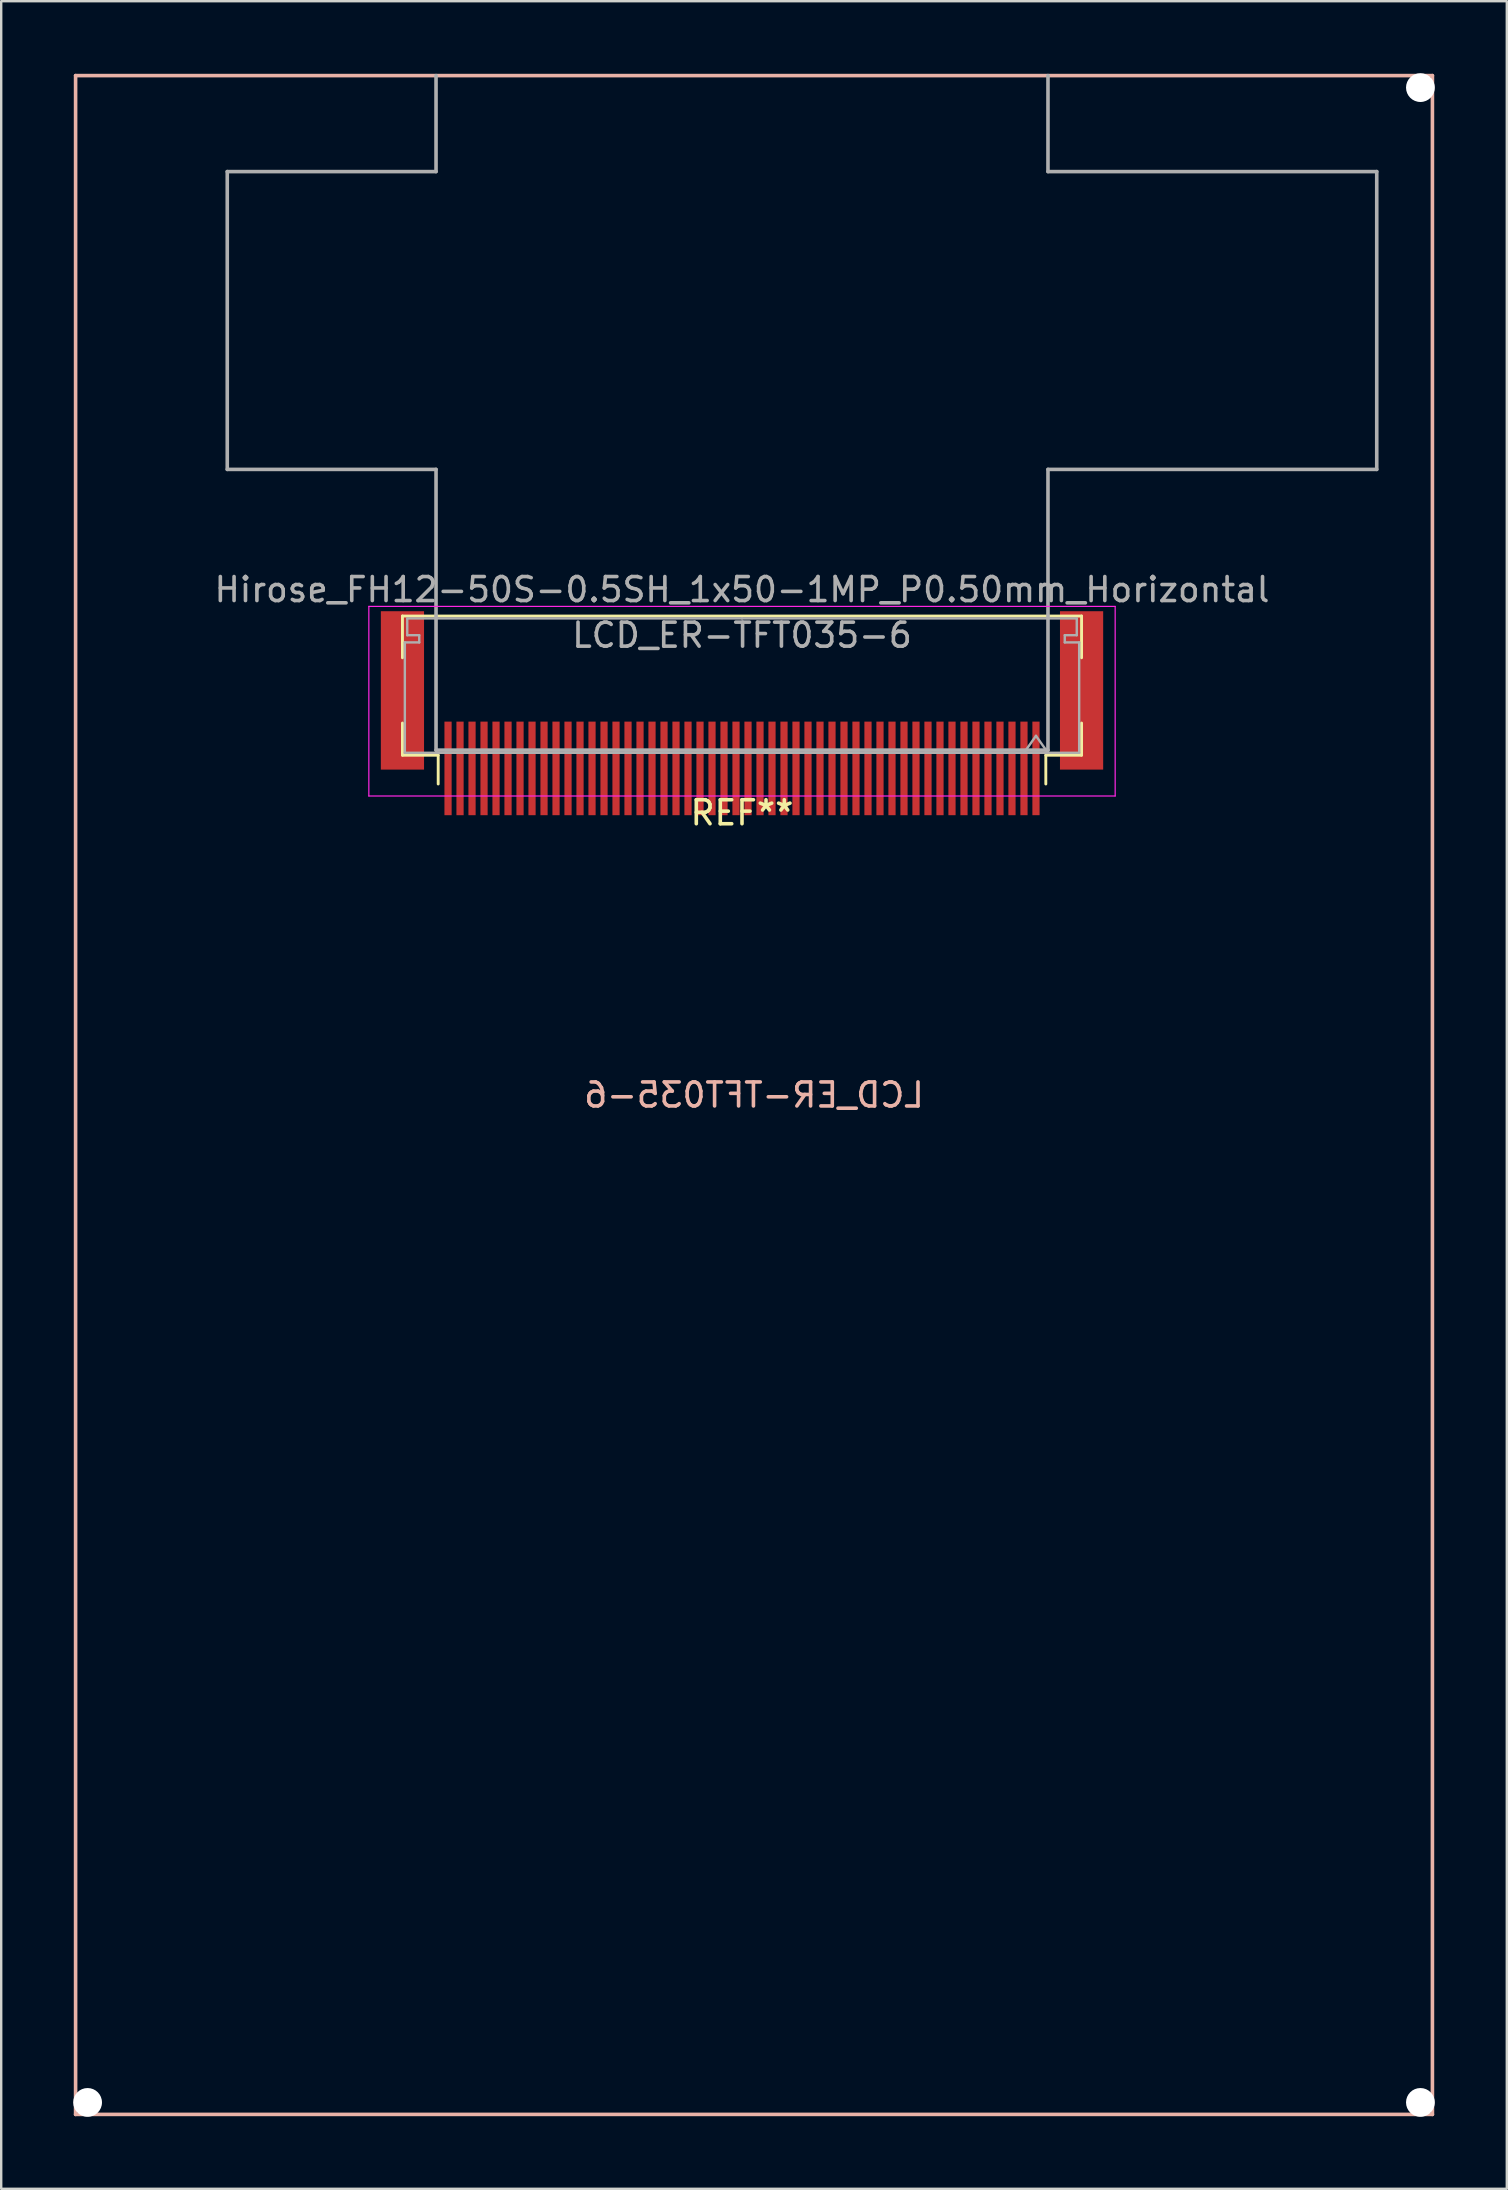
<source format=kicad_pcb>
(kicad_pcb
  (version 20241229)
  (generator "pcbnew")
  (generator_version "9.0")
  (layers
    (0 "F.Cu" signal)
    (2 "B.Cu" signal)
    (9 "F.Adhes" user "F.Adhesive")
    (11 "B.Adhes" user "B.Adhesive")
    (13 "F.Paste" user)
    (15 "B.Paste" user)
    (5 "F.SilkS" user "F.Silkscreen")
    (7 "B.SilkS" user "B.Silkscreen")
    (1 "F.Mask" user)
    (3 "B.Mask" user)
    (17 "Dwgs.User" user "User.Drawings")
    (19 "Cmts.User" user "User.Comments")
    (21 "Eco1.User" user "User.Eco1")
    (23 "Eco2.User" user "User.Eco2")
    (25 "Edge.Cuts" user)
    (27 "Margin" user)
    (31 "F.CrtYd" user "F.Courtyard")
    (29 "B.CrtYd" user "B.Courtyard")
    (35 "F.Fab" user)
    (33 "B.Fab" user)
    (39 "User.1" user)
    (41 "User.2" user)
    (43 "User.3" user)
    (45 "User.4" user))
  (footprint "LCD_ER-TFT035-6"
    (layer "F.Cu")
    (at 28.37 42.58)
    (property "Reference" "LCD_ER-TFT035-6" (at 0 0 0) (layer "B.SilkS") (effects (font (size 1 1) (thickness 0.15)) (justify mirror)))
    (attr smd)
    (fp_line (start -14.65 -19.96) (end -14.65 -18.22) (stroke (width 0.12) (type solid)) (layer "F.SilkS"))
    (fp_line (start -14.65 -14.16) (end -14.65 -15.5) (stroke (width 0.12) (type solid)) (layer "F.SilkS"))
    (fp_line (start -13.16 -14.16) (end -14.65 -14.16) (stroke (width 0.12) (type solid)) (layer "F.SilkS"))
    (fp_line (start -13.16 -14.16) (end -13.16 -12.96) (stroke (width 0.12) (type solid)) (layer "F.SilkS"))
    (fp_line (start 12.16 -14.16) (end 12.16 -12.96) (stroke (width 0.12) (type solid)) (layer "F.SilkS"))
    (fp_line (start 12.16 -14.16) (end 13.65 -14.16) (stroke (width 0.12) (type solid)) (layer "F.SilkS"))
    (fp_line (start 13.65 -19.96) (end -14.65 -19.96) (stroke (width 0.12) (type solid)) (layer "F.SilkS"))
    (fp_line (start 13.65 -18.22) (end 13.65 -19.96) (stroke (width 0.12) (type solid)) (layer "F.SilkS"))
    (fp_line (start 13.65 -14.16) (end 13.65 -15.5) (stroke (width 0.12) (type solid)) (layer "F.SilkS"))
    (fp_line (start -28.27 -42.48) (end -28.27 42.48) (stroke (width 0.15) (type solid)) (layer "B.SilkS"))
    (fp_line (start -28.27 -42.48) (end 28.27 -42.48) (stroke (width 0.15) (type solid)) (layer "B.SilkS"))
    (fp_line (start -28.27 42.48) (end 28.27 42.48) (stroke (width 0.15) (type solid)) (layer "B.SilkS"))
    (fp_line (start 28.27 -42.48) (end 28.27 42.48) (stroke (width 0.15) (type solid)) (layer "B.SilkS"))
    (fp_line (start -16.05 -20.36) (end -16.05 -12.46) (stroke (width 0.05) (type solid)) (layer "F.CrtYd"))
    (fp_line (start -16.05 -12.46) (end 15.05 -12.46) (stroke (width 0.05) (type solid)) (layer "F.CrtYd"))
    (fp_line (start 15.05 -20.36) (end -16.05 -20.36) (stroke (width 0.05) (type solid)) (layer "F.CrtYd"))
    (fp_line (start 15.05 -12.46) (end 15.05 -20.36) (stroke (width 0.05) (type solid)) (layer "F.CrtYd"))
    (fp_line (start -21.95 -38.48) (end -21.95 -26.07) (stroke (width 0.15) (type solid)) (layer "F.Fab"))
    (fp_line (start -14.55 -18.86) (end -13.95 -18.86) (stroke (width 0.1) (type solid)) (layer "F.Fab"))
    (fp_line (start -14.55 -14.26) (end -14.55 -18.86) (stroke (width 0.1) (type solid)) (layer "F.Fab"))
    (fp_line (start -14.45 -19.86) (end -0.5 -19.86) (stroke (width 0.1) (type solid)) (layer "F.Fab"))
    (fp_line (start -14.45 -19.16) (end -14.45 -19.86) (stroke (width 0.1) (type solid)) (layer "F.Fab"))
    (fp_line (start -13.95 -19.16) (end -14.45 -19.16) (stroke (width 0.1) (type solid)) (layer "F.Fab"))
    (fp_line (start -13.95 -18.86) (end -13.95 -19.16) (stroke (width 0.1) (type solid)) (layer "F.Fab"))
    (fp_line (start -13.25 -42.48) (end -13.25 -38.48) (stroke (width 0.15) (type solid)) (layer "F.Fab"))
    (fp_line (start -13.25 -38.48) (end -21.95 -38.48) (stroke (width 0.15) (type solid)) (layer "F.Fab"))
    (fp_line (start -13.25 -26.07) (end -21.95 -26.07) (stroke (width 0.15) (type solid)) (layer "F.Fab"))
    (fp_line (start -13.25 -26.07) (end -13.25 -14.37) (stroke (width 0.15) (type solid)) (layer "F.Fab"))
    (fp_line (start -0.5 -14.26) (end -14.55 -14.26) (stroke (width 0.1) (type solid)) (layer "F.Fab"))
    (fp_line (start -0.5 -14.26) (end 13.55 -14.26) (stroke (width 0.1) (type solid)) (layer "F.Fab"))
    (fp_line (start 11.75 -14.967) (end 11.25 -14.26) (stroke (width 0.1) (type solid)) (layer "F.Fab"))
    (fp_line (start 12.25 -42.48) (end 12.25 -38.48) (stroke (width 0.15) (type solid)) (layer "F.Fab"))
    (fp_line (start 12.25 -26.07) (end 12.25 -14.37) (stroke (width 0.15) (type solid)) (layer "F.Fab"))
    (fp_line (start 12.25 -14.37) (end -13.25 -14.37) (stroke (width 0.15) (type solid)) (layer "F.Fab"))
    (fp_line (start 12.25 -14.26) (end 11.75 -14.967) (stroke (width 0.1) (type solid)) (layer "F.Fab"))
    (fp_line (start 12.95 -19.16) (end 13.45 -19.16) (stroke (width 0.1) (type solid)) (layer "F.Fab"))
    (fp_line (start 12.95 -18.86) (end 12.95 -19.16) (stroke (width 0.1) (type solid)) (layer "F.Fab"))
    (fp_line (start 13.45 -19.86) (end -0.5 -19.86) (stroke (width 0.1) (type solid)) (layer "F.Fab"))
    (fp_line (start 13.45 -19.16) (end 13.45 -19.86) (stroke (width 0.1) (type solid)) (layer "F.Fab"))
    (fp_line (start 13.55 -18.86) (end 12.95 -18.86) (stroke (width 0.1) (type solid)) (layer "F.Fab"))
    (fp_line (start 13.55 -14.26) (end 13.55 -18.86) (stroke (width 0.1) (type solid)) (layer "F.Fab"))
    (fp_line (start 25.95 -38.48) (end 12.25 -38.48) (stroke (width 0.15) (type solid)) (layer "F.Fab"))
    (fp_line (start 25.95 -38.48) (end 25.95 -26.07) (stroke (width 0.15) (type solid)) (layer "F.Fab"))
    (fp_line (start 25.95 -26.07) (end 12.25 -26.07) (stroke (width 0.15) (type solid)) (layer "F.Fab"))
    (fp_text user "REF**" (at -0.5 -11.76 180) (layer "F.SilkS") (effects (font (size 1 1) (thickness 0.15))))
    (fp_text user "${REFERENCE}" (at -0.5 -19.16 180) (layer "F.Fab") (effects (font (size 1 1) (thickness 0.15))))
    (fp_text user "Hirose_FH12-50S-0.5SH_1x50-1MP_P0.50mm_Horizontal" (at -0.5 -21.06 180) (layer "F.Fab") (effects (font (size 1 1) (thickness 0.15))))
    (pad "" np_thru_hole circle (at -27.77 41.98) (size 1.2 1.2) (drill 1.2) (layers "*.Cu"))
    (pad "" np_thru_hole circle (at 27.77 -41.98) (size 1.2 1.2) (drill 1.2) (layers "*.Cu"))
    (pad "" np_thru_hole circle (at 27.77 41.98) (size 1.2 1.2) (drill 1.2) (layers "*.Cu"))
    (pad "1" smd rect (at 11.75 -13.61 180) (size 0.3 3.9) (layers "F.Cu" "F.Mask" "F.Paste"))
    (pad "2" smd rect (at 11.25 -13.61 180) (size 0.3 3.9) (layers "F.Cu" "F.Mask" "F.Paste"))
    (pad "3" smd rect (at 10.75 -13.61 180) (size 0.3 3.9) (layers "F.Cu" "F.Mask" "F.Paste"))
    (pad "4" smd rect (at 10.25 -13.61 180) (size 0.3 3.9) (layers "F.Cu" "F.Mask" "F.Paste"))
    (pad "5" smd rect (at 9.75 -13.61 180) (size 0.3 3.9) (layers "F.Cu" "F.Mask" "F.Paste"))
    (pad "6" smd rect (at 9.25 -13.61 180) (size 0.3 3.9) (layers "F.Cu" "F.Mask" "F.Paste"))
    (pad "7" smd rect (at 8.75 -13.61 180) (size 0.3 3.9) (layers "F.Cu" "F.Mask" "F.Paste"))
    (pad "8" smd rect (at 8.25 -13.61 180) (size 0.3 3.9) (layers "F.Cu" "F.Mask" "F.Paste"))
    (pad "9" smd rect (at 7.75 -13.61 180) (size 0.3 3.9) (layers "F.Cu" "F.Mask" "F.Paste"))
    (pad "10" smd rect (at 7.25 -13.61 180) (size 0.3 3.9) (layers "F.Cu" "F.Mask" "F.Paste"))
    (pad "11" smd rect (at 6.75 -13.61 180) (size 0.3 3.9) (layers "F.Cu" "F.Mask" "F.Paste"))
    (pad "12" smd rect (at 6.25 -13.61 180) (size 0.3 3.9) (layers "F.Cu" "F.Mask" "F.Paste"))
    (pad "13" smd rect (at 5.75 -13.61 180) (size 0.3 3.9) (layers "F.Cu" "F.Mask" "F.Paste"))
    (pad "14" smd rect (at 5.25 -13.61 180) (size 0.3 3.9) (layers "F.Cu" "F.Mask" "F.Paste"))
    (pad "15" smd rect (at 4.75 -13.61 180) (size 0.3 3.9) (layers "F.Cu" "F.Mask" "F.Paste"))
    (pad "16" smd rect (at 4.25 -13.61 180) (size 0.3 3.9) (layers "F.Cu" "F.Mask" "F.Paste"))
    (pad "17" smd rect (at 3.75 -13.61 180) (size 0.3 3.9) (layers "F.Cu" "F.Mask" "F.Paste"))
    (pad "18" smd rect (at 3.25 -13.61 180) (size 0.3 3.9) (layers "F.Cu" "F.Mask" "F.Paste"))
    (pad "19" smd rect (at 2.75 -13.61 180) (size 0.3 3.9) (layers "F.Cu" "F.Mask" "F.Paste"))
    (pad "20" smd rect (at 2.25 -13.61 180) (size 0.3 3.9) (layers "F.Cu" "F.Mask" "F.Paste"))
    (pad "21" smd rect (at 1.75 -13.61 180) (size 0.3 3.9) (layers "F.Cu" "F.Mask" "F.Paste"))
    (pad "22" smd rect (at 1.25 -13.61 180) (size 0.3 3.9) (layers "F.Cu" "F.Mask" "F.Paste"))
    (pad "23" smd rect (at 0.75 -13.61 180) (size 0.3 3.9) (layers "F.Cu" "F.Mask" "F.Paste"))
    (pad "24" smd rect (at 0.25 -13.61 180) (size 0.3 3.9) (layers "F.Cu" "F.Mask" "F.Paste"))
    (pad "25" smd rect (at -0.25 -13.61 180) (size 0.3 3.9) (layers "F.Cu" "F.Mask" "F.Paste"))
    (pad "26" smd rect (at -0.75 -13.61 180) (size 0.3 3.9) (layers "F.Cu" "F.Mask" "F.Paste"))
    (pad "27" smd rect (at -1.25 -13.61 180) (size 0.3 3.9) (layers "F.Cu" "F.Mask" "F.Paste"))
    (pad "28" smd rect (at -1.75 -13.61 180) (size 0.3 3.9) (layers "F.Cu" "F.Mask" "F.Paste"))
    (pad "29" smd rect (at -2.25 -13.61 180) (size 0.3 3.9) (layers "F.Cu" "F.Mask" "F.Paste"))
    (pad "30" smd rect (at -2.75 -13.61 180) (size 0.3 3.9) (layers "F.Cu" "F.Mask" "F.Paste"))
    (pad "31" smd rect (at -3.25 -13.61 180) (size 0.3 3.9) (layers "F.Cu" "F.Mask" "F.Paste"))
    (pad "32" smd rect (at -3.75 -13.61 180) (size 0.3 3.9) (layers "F.Cu" "F.Mask" "F.Paste"))
    (pad "33" smd rect (at -4.25 -13.61 180) (size 0.3 3.9) (layers "F.Cu" "F.Mask" "F.Paste"))
    (pad "34" smd rect (at -4.75 -13.61 180) (size 0.3 3.9) (layers "F.Cu" "F.Mask" "F.Paste"))
    (pad "35" smd rect (at -5.25 -13.61 180) (size 0.3 3.9) (layers "F.Cu" "F.Mask" "F.Paste"))
    (pad "36" smd rect (at -5.75 -13.61 180) (size 0.3 3.9) (layers "F.Cu" "F.Mask" "F.Paste"))
    (pad "37" smd rect (at -6.25 -13.61 180) (size 0.3 3.9) (layers "F.Cu" "F.Mask" "F.Paste"))
    (pad "38" smd rect (at -6.75 -13.61 180) (size 0.3 3.9) (layers "F.Cu" "F.Mask" "F.Paste"))
    (pad "39" smd rect (at -7.25 -13.61 180) (size 0.3 3.9) (layers "F.Cu" "F.Mask" "F.Paste"))
    (pad "40" smd rect (at -7.75 -13.61 180) (size 0.3 3.9) (layers "F.Cu" "F.Mask" "F.Paste"))
    (pad "41" smd rect (at -8.25 -13.61 180) (size 0.3 3.9) (layers "F.Cu" "F.Mask" "F.Paste"))
    (pad "42" smd rect (at -8.75 -13.61 180) (size 0.3 3.9) (layers "F.Cu" "F.Mask" "F.Paste"))
    (pad "43" smd rect (at -9.25 -13.61 180) (size 0.3 3.9) (layers "F.Cu" "F.Mask" "F.Paste"))
    (pad "44" smd rect (at -9.75 -13.61 180) (size 0.3 3.9) (layers "F.Cu" "F.Mask" "F.Paste"))
    (pad "45" smd rect (at -10.25 -13.61 180) (size 0.3 3.9) (layers "F.Cu" "F.Mask" "F.Paste"))
    (pad "46" smd rect (at -10.75 -13.61 180) (size 0.3 3.9) (layers "F.Cu" "F.Mask" "F.Paste"))
    (pad "47" smd rect (at -11.25 -13.61 180) (size 0.3 3.9) (layers "F.Cu" "F.Mask" "F.Paste"))
    (pad "48" smd rect (at -11.75 -13.61 180) (size 0.3 3.9) (layers "F.Cu" "F.Mask" "F.Paste"))
    (pad "49" smd rect (at -12.25 -13.61 180) (size 0.3 3.9) (layers "F.Cu" "F.Mask" "F.Paste"))
    (pad "50" smd rect (at -12.75 -13.61 180) (size 0.3 3.9) (layers "F.Cu" "F.Mask" "F.Paste"))
    (pad "MP" smd rect (at -14.65 -16.86 180) (size 1.8 6.6) (layers "F.Cu" "F.Mask" "F.Paste"))
    (pad "MP" smd rect (at 13.65 -16.86 180) (size 1.8 6.6) (layers "F.Cu" "F.Mask" "F.Paste")))
  (gr_rect
    (start -3 -3)
    (end 59.74 88.16)
    (stroke (width 0.1) (type default))
    (fill no)
    (layer "Edge.Cuts")))
</source>
